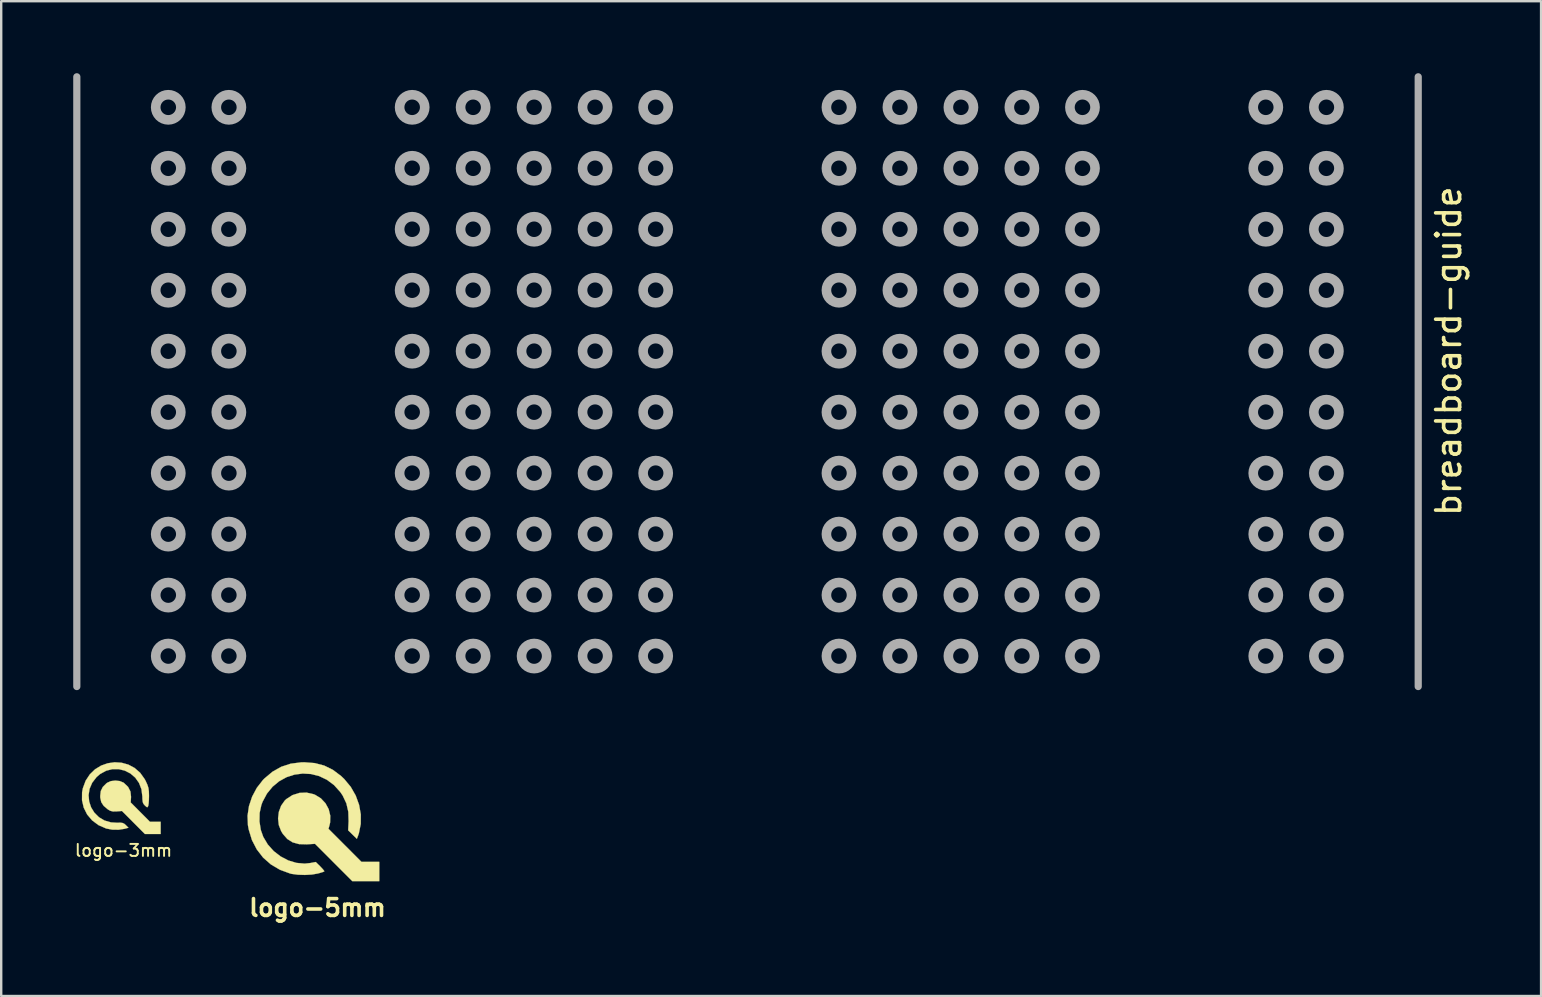
<source format=kicad_pcb>
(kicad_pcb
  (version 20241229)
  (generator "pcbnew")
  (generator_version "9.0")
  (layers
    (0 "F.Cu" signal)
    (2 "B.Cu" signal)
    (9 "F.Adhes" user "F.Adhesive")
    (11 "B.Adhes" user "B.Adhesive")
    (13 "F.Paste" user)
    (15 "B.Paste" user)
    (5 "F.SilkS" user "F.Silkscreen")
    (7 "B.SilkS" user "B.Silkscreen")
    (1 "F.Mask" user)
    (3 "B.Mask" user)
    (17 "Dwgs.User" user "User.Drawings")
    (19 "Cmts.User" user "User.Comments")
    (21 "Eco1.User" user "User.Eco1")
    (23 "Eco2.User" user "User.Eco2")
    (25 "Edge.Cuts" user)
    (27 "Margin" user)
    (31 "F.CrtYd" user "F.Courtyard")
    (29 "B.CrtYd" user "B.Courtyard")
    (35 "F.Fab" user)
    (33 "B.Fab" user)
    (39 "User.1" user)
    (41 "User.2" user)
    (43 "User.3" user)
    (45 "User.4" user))
  (footprint "logo-3mm"
    (layer "F.Cu")
    (at 1.713 30.118)
    (property "Reference" "logo-3mm" (at 0.381 2.261 0) (layer "F.SilkS") (effects (font (size 0.5 0.5) (thickness 0.08))))
    (attr through_hole)
    (fp_poly (pts (xy 0.229 -0.63) (xy 0.384 -0.565) (xy 0.393 -0.559) (xy 0.572 -0.388) (xy 0.672 -0.194) (xy 0.696 0.03) (xy 0.695 0.039) (xy 0.682 0.261) (xy 1.083 0.664) (xy 1.484 1.067) (xy 1.93 1.067) (xy 1.93 1.575) (xy 1.273 1.575) (xy 0.795 1.095) (xy 0.317 0.616) (xy 0.097 0.633) (xy -0.057 0.636) (xy -0.17 0.608) (xy -0.267 0.552) (xy -0.441 0.406) (xy -0.544 0.25) (xy -0.586 0.062) (xy -0.588 -0.013) (xy -0.564 -0.217) (xy -0.482 -0.383) (xy -0.332 -0.534) (xy -0.297 -0.56) (xy -0.147 -0.628) (xy 0.04 -0.651) (xy 0.229 -0.63)) (stroke (width 0.01) (type solid)) (fill yes) (layer "F.SilkS"))
    (fp_poly (pts (xy 0.302 -1.394) (xy 0.583 -1.316) (xy 0.844 -1.177) (xy 1.076 -0.975) (xy 1.266 -0.709) (xy 1.304 -0.637) (xy 1.378 -0.476) (xy 1.42 -0.343) (xy 1.439 -0.2) (xy 1.444 -0.014) (xy 1.44 0.157) (xy 1.429 0.303) (xy 1.414 0.396) (xy 1.411 0.406) (xy 1.384 0.456) (xy 1.348 0.453) (xy 1.279 0.394) (xy 1.273 0.388) (xy 1.215 0.322) (xy 1.183 0.244) (xy 1.17 0.126) (xy 1.167 0.012) (xy 1.13 -0.29) (xy 1.027 -0.553) (xy 0.87 -0.774) (xy 0.67 -0.946) (xy 0.437 -1.065) (xy 0.183 -1.127) (xy -0.08 -1.127) (xy -0.343 -1.061) (xy -0.593 -0.923) (xy -0.739 -0.798) (xy -0.922 -0.562) (xy -1.032 -0.306) (xy -1.073 -0.042) (xy -1.049 0.219) (xy -0.967 0.466) (xy -0.83 0.688) (xy -0.643 0.874) (xy -0.412 1.012) (xy -0.141 1.091) (xy 0.093 1.105) (xy 0.249 1.103) (xy 0.348 1.116) (xy 0.42 1.152) (xy 0.478 1.204) (xy 0.588 1.314) (xy 0.423 1.359) (xy 0.179 1.397) (xy -0.091 1.393) (xy -0.338 1.346) (xy -0.343 1.344) (xy -0.661 1.205) (xy -0.926 1.007) (xy -1.133 0.762) (xy -1.275 0.478) (xy -1.347 0.167) (xy -1.344 -0.162) (xy -1.311 -0.333) (xy -1.194 -0.648) (xy -1.02 -0.911) (xy -0.803 -1.121) (xy -0.551 -1.275) (xy -0.276 -1.372) (xy 0.012 -1.413) (xy 0.302 -1.394)) (stroke (width 0.01) (type solid)) (fill yes) (layer "F.SilkS")))
  (footprint "breadboard-guide"
    (layer "F.Cu")
    (at 3.96 1.42)
    (property "Reference" "breadboard-guide" (at 53.34 10.16 90) (layer "F.SilkS") (effects (font (size 1 1) (thickness 0.15))))
    (attr through_hole)
    (fp_line (start -3.81 24.13) (end -3.81 -1.27) (stroke (width 0.3) (type solid)) (layer "F.Fab"))
    (fp_line (start 52.07 24.13) (end 52.07 -1.27) (stroke (width 0.3) (type solid)) (layer "F.Fab"))
    (fp_circle (center 0 0) (end 0.524 0) (stroke (width 0.4) (type solid)) (fill no) (layer "F.Fab"))
    (fp_circle (center 0 2.54) (end 0.524 2.54) (stroke (width 0.4) (type solid)) (fill no) (layer "F.Fab"))
    (fp_circle (center 0 5.08) (end 0.524 5.08) (stroke (width 0.4) (type solid)) (fill no) (layer "F.Fab"))
    (fp_circle (center 0 7.62) (end 0.524 7.62) (stroke (width 0.4) (type solid)) (fill no) (layer "F.Fab"))
    (fp_circle (center 0 10.16) (end 0.524 10.16) (stroke (width 0.4) (type solid)) (fill no) (layer "F.Fab"))
    (fp_circle (center 0 12.7) (end 0.524 12.7) (stroke (width 0.4) (type solid)) (fill no) (layer "F.Fab"))
    (fp_circle (center 0 15.24) (end 0.524 15.24) (stroke (width 0.4) (type solid)) (fill no) (layer "F.Fab"))
    (fp_circle (center 0 17.78) (end 0.524 17.78) (stroke (width 0.4) (type solid)) (fill no) (layer "F.Fab"))
    (fp_circle (center 0 20.32) (end 0.524 20.32) (stroke (width 0.4) (type solid)) (fill no) (layer "F.Fab"))
    (fp_circle (center 0 22.86) (end 0.524 22.86) (stroke (width 0.4) (type solid)) (fill no) (layer "F.Fab"))
    (fp_circle (center 2.524 0) (end 3.048 0) (stroke (width 0.4) (type solid)) (fill no) (layer "F.Fab"))
    (fp_circle (center 2.524 2.54) (end 3.048 2.54) (stroke (width 0.4) (type solid)) (fill no) (layer "F.Fab"))
    (fp_circle (center 2.524 5.08) (end 3.048 5.08) (stroke (width 0.4) (type solid)) (fill no) (layer "F.Fab"))
    (fp_circle (center 2.524 7.62) (end 3.048 7.62) (stroke (width 0.4) (type solid)) (fill no) (layer "F.Fab"))
    (fp_circle (center 2.524 10.16) (end 3.048 10.16) (stroke (width 0.4) (type solid)) (fill no) (layer "F.Fab"))
    (fp_circle (center 2.524 12.7) (end 3.048 12.7) (stroke (width 0.4) (type solid)) (fill no) (layer "F.Fab"))
    (fp_circle (center 2.524 15.24) (end 3.048 15.24) (stroke (width 0.4) (type solid)) (fill no) (layer "F.Fab"))
    (fp_circle (center 2.524 17.78) (end 3.048 17.78) (stroke (width 0.4) (type solid)) (fill no) (layer "F.Fab"))
    (fp_circle (center 2.524 20.32) (end 3.048 20.32) (stroke (width 0.4) (type solid)) (fill no) (layer "F.Fab"))
    (fp_circle (center 2.524 22.86) (end 3.048 22.86) (stroke (width 0.4) (type solid)) (fill no) (layer "F.Fab"))
    (fp_circle (center 10.16 0) (end 10.684 0) (stroke (width 0.4) (type solid)) (fill no) (layer "F.Fab"))
    (fp_circle (center 10.16 2.54) (end 10.684 2.54) (stroke (width 0.4) (type solid)) (fill no) (layer "F.Fab"))
    (fp_circle (center 10.16 5.08) (end 10.684 5.08) (stroke (width 0.4) (type solid)) (fill no) (layer "F.Fab"))
    (fp_circle (center 10.16 7.62) (end 10.684 7.62) (stroke (width 0.4) (type solid)) (fill no) (layer "F.Fab"))
    (fp_circle (center 10.16 10.16) (end 10.684 10.16) (stroke (width 0.4) (type solid)) (fill no) (layer "F.Fab"))
    (fp_circle (center 10.16 12.7) (end 10.684 12.7) (stroke (width 0.4) (type solid)) (fill no) (layer "F.Fab"))
    (fp_circle (center 10.16 15.24) (end 10.684 15.24) (stroke (width 0.4) (type solid)) (fill no) (layer "F.Fab"))
    (fp_circle (center 10.16 17.78) (end 10.684 17.78) (stroke (width 0.4) (type solid)) (fill no) (layer "F.Fab"))
    (fp_circle (center 10.16 20.32) (end 10.684 20.32) (stroke (width 0.4) (type solid)) (fill no) (layer "F.Fab"))
    (fp_circle (center 10.16 22.86) (end 10.684 22.86) (stroke (width 0.4) (type solid)) (fill no) (layer "F.Fab"))
    (fp_circle (center 12.7 0) (end 13.224 0) (stroke (width 0.4) (type solid)) (fill no) (layer "F.Fab"))
    (fp_circle (center 12.7 2.54) (end 13.224 2.54) (stroke (width 0.4) (type solid)) (fill no) (layer "F.Fab"))
    (fp_circle (center 12.7 5.08) (end 13.224 5.08) (stroke (width 0.4) (type solid)) (fill no) (layer "F.Fab"))
    (fp_circle (center 12.7 7.62) (end 13.224 7.62) (stroke (width 0.4) (type solid)) (fill no) (layer "F.Fab"))
    (fp_circle (center 12.7 10.16) (end 13.224 10.16) (stroke (width 0.4) (type solid)) (fill no) (layer "F.Fab"))
    (fp_circle (center 12.7 12.7) (end 13.224 12.7) (stroke (width 0.4) (type solid)) (fill no) (layer "F.Fab"))
    (fp_circle (center 12.7 15.24) (end 13.224 15.24) (stroke (width 0.4) (type solid)) (fill no) (layer "F.Fab"))
    (fp_circle (center 12.7 17.78) (end 13.224 17.78) (stroke (width 0.4) (type solid)) (fill no) (layer "F.Fab"))
    (fp_circle (center 12.7 20.32) (end 13.224 20.32) (stroke (width 0.4) (type solid)) (fill no) (layer "F.Fab"))
    (fp_circle (center 12.7 22.86) (end 13.224 22.86) (stroke (width 0.4) (type solid)) (fill no) (layer "F.Fab"))
    (fp_circle (center 15.24 0) (end 15.764 0) (stroke (width 0.4) (type solid)) (fill no) (layer "F.Fab"))
    (fp_circle (center 15.24 2.54) (end 15.764 2.54) (stroke (width 0.4) (type solid)) (fill no) (layer "F.Fab"))
    (fp_circle (center 15.24 5.08) (end 15.764 5.08) (stroke (width 0.4) (type solid)) (fill no) (layer "F.Fab"))
    (fp_circle (center 15.24 7.62) (end 15.764 7.62) (stroke (width 0.4) (type solid)) (fill no) (layer "F.Fab"))
    (fp_circle (center 15.24 10.16) (end 15.764 10.16) (stroke (width 0.4) (type solid)) (fill no) (layer "F.Fab"))
    (fp_circle (center 15.24 12.7) (end 15.764 12.7) (stroke (width 0.4) (type solid)) (fill no) (layer "F.Fab"))
    (fp_circle (center 15.24 15.24) (end 15.764 15.24) (stroke (width 0.4) (type solid)) (fill no) (layer "F.Fab"))
    (fp_circle (center 15.24 17.78) (end 15.764 17.78) (stroke (width 0.4) (type solid)) (fill no) (layer "F.Fab"))
    (fp_circle (center 15.24 20.32) (end 15.764 20.32) (stroke (width 0.4) (type solid)) (fill no) (layer "F.Fab"))
    (fp_circle (center 15.24 22.86) (end 15.764 22.86) (stroke (width 0.4) (type solid)) (fill no) (layer "F.Fab"))
    (fp_circle (center 17.78 0) (end 18.304 0) (stroke (width 0.4) (type solid)) (fill no) (layer "F.Fab"))
    (fp_circle (center 17.78 2.54) (end 18.304 2.54) (stroke (width 0.4) (type solid)) (fill no) (layer "F.Fab"))
    (fp_circle (center 17.78 5.08) (end 18.304 5.08) (stroke (width 0.4) (type solid)) (fill no) (layer "F.Fab"))
    (fp_circle (center 17.78 7.62) (end 18.304 7.62) (stroke (width 0.4) (type solid)) (fill no) (layer "F.Fab"))
    (fp_circle (center 17.78 10.16) (end 18.304 10.16) (stroke (width 0.4) (type solid)) (fill no) (layer "F.Fab"))
    (fp_circle (center 17.78 12.7) (end 18.304 12.7) (stroke (width 0.4) (type solid)) (fill no) (layer "F.Fab"))
    (fp_circle (center 17.78 15.24) (end 18.304 15.24) (stroke (width 0.4) (type solid)) (fill no) (layer "F.Fab"))
    (fp_circle (center 17.78 17.78) (end 18.304 17.78) (stroke (width 0.4) (type solid)) (fill no) (layer "F.Fab"))
    (fp_circle (center 17.78 20.32) (end 18.304 20.32) (stroke (width 0.4) (type solid)) (fill no) (layer "F.Fab"))
    (fp_circle (center 17.78 22.86) (end 18.304 22.86) (stroke (width 0.4) (type solid)) (fill no) (layer "F.Fab"))
    (fp_circle (center 20.304 0) (end 20.828 0) (stroke (width 0.4) (type solid)) (fill no) (layer "F.Fab"))
    (fp_circle (center 20.304 2.54) (end 20.828 2.54) (stroke (width 0.4) (type solid)) (fill no) (layer "F.Fab"))
    (fp_circle (center 20.304 5.08) (end 20.828 5.08) (stroke (width 0.4) (type solid)) (fill no) (layer "F.Fab"))
    (fp_circle (center 20.304 7.62) (end 20.828 7.62) (stroke (width 0.4) (type solid)) (fill no) (layer "F.Fab"))
    (fp_circle (center 20.304 10.16) (end 20.828 10.16) (stroke (width 0.4) (type solid)) (fill no) (layer "F.Fab"))
    (fp_circle (center 20.304 12.7) (end 20.828 12.7) (stroke (width 0.4) (type solid)) (fill no) (layer "F.Fab"))
    (fp_circle (center 20.304 15.24) (end 20.828 15.24) (stroke (width 0.4) (type solid)) (fill no) (layer "F.Fab"))
    (fp_circle (center 20.304 17.78) (end 20.828 17.78) (stroke (width 0.4) (type solid)) (fill no) (layer "F.Fab"))
    (fp_circle (center 20.304 20.32) (end 20.828 20.32) (stroke (width 0.4) (type solid)) (fill no) (layer "F.Fab"))
    (fp_circle (center 20.304 22.86) (end 20.828 22.86) (stroke (width 0.4) (type solid)) (fill no) (layer "F.Fab"))
    (fp_circle (center 27.94 0) (end 28.464 0) (stroke (width 0.4) (type solid)) (fill no) (layer "F.Fab"))
    (fp_circle (center 27.94 2.54) (end 28.464 2.54) (stroke (width 0.4) (type solid)) (fill no) (layer "F.Fab"))
    (fp_circle (center 27.94 5.08) (end 28.464 5.08) (stroke (width 0.4) (type solid)) (fill no) (layer "F.Fab"))
    (fp_circle (center 27.94 7.62) (end 28.464 7.62) (stroke (width 0.4) (type solid)) (fill no) (layer "F.Fab"))
    (fp_circle (center 27.94 10.16) (end 28.464 10.16) (stroke (width 0.4) (type solid)) (fill no) (layer "F.Fab"))
    (fp_circle (center 27.94 12.7) (end 28.464 12.7) (stroke (width 0.4) (type solid)) (fill no) (layer "F.Fab"))
    (fp_circle (center 27.94 15.24) (end 28.464 15.24) (stroke (width 0.4) (type solid)) (fill no) (layer "F.Fab"))
    (fp_circle (center 27.94 17.78) (end 28.464 17.78) (stroke (width 0.4) (type solid)) (fill no) (layer "F.Fab"))
    (fp_circle (center 27.94 20.32) (end 28.464 20.32) (stroke (width 0.4) (type solid)) (fill no) (layer "F.Fab"))
    (fp_circle (center 27.94 22.86) (end 28.464 22.86) (stroke (width 0.4) (type solid)) (fill no) (layer "F.Fab"))
    (fp_circle (center 30.48 0) (end 31.004 0) (stroke (width 0.4) (type solid)) (fill no) (layer "F.Fab"))
    (fp_circle (center 30.48 2.54) (end 31.004 2.54) (stroke (width 0.4) (type solid)) (fill no) (layer "F.Fab"))
    (fp_circle (center 30.48 5.08) (end 31.004 5.08) (stroke (width 0.4) (type solid)) (fill no) (layer "F.Fab"))
    (fp_circle (center 30.48 7.62) (end 31.004 7.62) (stroke (width 0.4) (type solid)) (fill no) (layer "F.Fab"))
    (fp_circle (center 30.48 10.16) (end 31.004 10.16) (stroke (width 0.4) (type solid)) (fill no) (layer "F.Fab"))
    (fp_circle (center 30.48 12.7) (end 31.004 12.7) (stroke (width 0.4) (type solid)) (fill no) (layer "F.Fab"))
    (fp_circle (center 30.48 15.24) (end 31.004 15.24) (stroke (width 0.4) (type solid)) (fill no) (layer "F.Fab"))
    (fp_circle (center 30.48 17.78) (end 31.004 17.78) (stroke (width 0.4) (type solid)) (fill no) (layer "F.Fab"))
    (fp_circle (center 30.48 20.32) (end 31.004 20.32) (stroke (width 0.4) (type solid)) (fill no) (layer "F.Fab"))
    (fp_circle (center 30.48 22.86) (end 31.004 22.86) (stroke (width 0.4) (type solid)) (fill no) (layer "F.Fab"))
    (fp_circle (center 33.02 0) (end 33.544 0) (stroke (width 0.4) (type solid)) (fill no) (layer "F.Fab"))
    (fp_circle (center 33.02 2.54) (end 33.544 2.54) (stroke (width 0.4) (type solid)) (fill no) (layer "F.Fab"))
    (fp_circle (center 33.02 5.08) (end 33.544 5.08) (stroke (width 0.4) (type solid)) (fill no) (layer "F.Fab"))
    (fp_circle (center 33.02 7.62) (end 33.544 7.62) (stroke (width 0.4) (type solid)) (fill no) (layer "F.Fab"))
    (fp_circle (center 33.02 10.16) (end 33.544 10.16) (stroke (width 0.4) (type solid)) (fill no) (layer "F.Fab"))
    (fp_circle (center 33.02 12.7) (end 33.544 12.7) (stroke (width 0.4) (type solid)) (fill no) (layer "F.Fab"))
    (fp_circle (center 33.02 15.24) (end 33.544 15.24) (stroke (width 0.4) (type solid)) (fill no) (layer "F.Fab"))
    (fp_circle (center 33.02 17.78) (end 33.544 17.78) (stroke (width 0.4) (type solid)) (fill no) (layer "F.Fab"))
    (fp_circle (center 33.02 20.32) (end 33.544 20.32) (stroke (width 0.4) (type solid)) (fill no) (layer "F.Fab"))
    (fp_circle (center 33.02 22.86) (end 33.544 22.86) (stroke (width 0.4) (type solid)) (fill no) (layer "F.Fab"))
    (fp_circle (center 35.56 0) (end 36.084 0) (stroke (width 0.4) (type solid)) (fill no) (layer "F.Fab"))
    (fp_circle (center 35.56 2.54) (end 36.084 2.54) (stroke (width 0.4) (type solid)) (fill no) (layer "F.Fab"))
    (fp_circle (center 35.56 5.08) (end 36.084 5.08) (stroke (width 0.4) (type solid)) (fill no) (layer "F.Fab"))
    (fp_circle (center 35.56 7.62) (end 36.084 7.62) (stroke (width 0.4) (type solid)) (fill no) (layer "F.Fab"))
    (fp_circle (center 35.56 10.16) (end 36.084 10.16) (stroke (width 0.4) (type solid)) (fill no) (layer "F.Fab"))
    (fp_circle (center 35.56 12.7) (end 36.084 12.7) (stroke (width 0.4) (type solid)) (fill no) (layer "F.Fab"))
    (fp_circle (center 35.56 15.24) (end 36.084 15.24) (stroke (width 0.4) (type solid)) (fill no) (layer "F.Fab"))
    (fp_circle (center 35.56 17.78) (end 36.084 17.78) (stroke (width 0.4) (type solid)) (fill no) (layer "F.Fab"))
    (fp_circle (center 35.56 20.32) (end 36.084 20.32) (stroke (width 0.4) (type solid)) (fill no) (layer "F.Fab"))
    (fp_circle (center 35.56 22.86) (end 36.084 22.86) (stroke (width 0.4) (type solid)) (fill no) (layer "F.Fab"))
    (fp_circle (center 38.084 0) (end 38.608 0) (stroke (width 0.4) (type solid)) (fill no) (layer "F.Fab"))
    (fp_circle (center 38.084 2.54) (end 38.608 2.54) (stroke (width 0.4) (type solid)) (fill no) (layer "F.Fab"))
    (fp_circle (center 38.084 5.08) (end 38.608 5.08) (stroke (width 0.4) (type solid)) (fill no) (layer "F.Fab"))
    (fp_circle (center 38.084 7.62) (end 38.608 7.62) (stroke (width 0.4) (type solid)) (fill no) (layer "F.Fab"))
    (fp_circle (center 38.084 10.16) (end 38.608 10.16) (stroke (width 0.4) (type solid)) (fill no) (layer "F.Fab"))
    (fp_circle (center 38.084 12.7) (end 38.608 12.7) (stroke (width 0.4) (type solid)) (fill no) (layer "F.Fab"))
    (fp_circle (center 38.084 15.24) (end 38.608 15.24) (stroke (width 0.4) (type solid)) (fill no) (layer "F.Fab"))
    (fp_circle (center 38.084 17.78) (end 38.608 17.78) (stroke (width 0.4) (type solid)) (fill no) (layer "F.Fab"))
    (fp_circle (center 38.084 20.32) (end 38.608 20.32) (stroke (width 0.4) (type solid)) (fill no) (layer "F.Fab"))
    (fp_circle (center 38.084 22.86) (end 38.608 22.86) (stroke (width 0.4) (type solid)) (fill no) (layer "F.Fab"))
    (fp_circle (center 45.72 0) (end 46.244 0) (stroke (width 0.4) (type solid)) (fill no) (layer "F.Fab"))
    (fp_circle (center 45.72 2.54) (end 46.244 2.54) (stroke (width 0.4) (type solid)) (fill no) (layer "F.Fab"))
    (fp_circle (center 45.72 5.08) (end 46.244 5.08) (stroke (width 0.4) (type solid)) (fill no) (layer "F.Fab"))
    (fp_circle (center 45.72 7.62) (end 46.244 7.62) (stroke (width 0.4) (type solid)) (fill no) (layer "F.Fab"))
    (fp_circle (center 45.72 10.16) (end 46.244 10.16) (stroke (width 0.4) (type solid)) (fill no) (layer "F.Fab"))
    (fp_circle (center 45.72 12.7) (end 46.244 12.7) (stroke (width 0.4) (type solid)) (fill no) (layer "F.Fab"))
    (fp_circle (center 45.72 15.24) (end 46.244 15.24) (stroke (width 0.4) (type solid)) (fill no) (layer "F.Fab"))
    (fp_circle (center 45.72 17.78) (end 46.244 17.78) (stroke (width 0.4) (type solid)) (fill no) (layer "F.Fab"))
    (fp_circle (center 45.72 20.32) (end 46.244 20.32) (stroke (width 0.4) (type solid)) (fill no) (layer "F.Fab"))
    (fp_circle (center 45.72 22.86) (end 46.244 22.86) (stroke (width 0.4) (type solid)) (fill no) (layer "F.Fab"))
    (fp_circle (center 48.244 0) (end 48.768 0) (stroke (width 0.4) (type solid)) (fill no) (layer "F.Fab"))
    (fp_circle (center 48.244 2.54) (end 48.768 2.54) (stroke (width 0.4) (type solid)) (fill no) (layer "F.Fab"))
    (fp_circle (center 48.244 5.08) (end 48.768 5.08) (stroke (width 0.4) (type solid)) (fill no) (layer "F.Fab"))
    (fp_circle (center 48.244 7.62) (end 48.768 7.62) (stroke (width 0.4) (type solid)) (fill no) (layer "F.Fab"))
    (fp_circle (center 48.244 10.16) (end 48.768 10.16) (stroke (width 0.4) (type solid)) (fill no) (layer "F.Fab"))
    (fp_circle (center 48.244 12.7) (end 48.768 12.7) (stroke (width 0.4) (type solid)) (fill no) (layer "F.Fab"))
    (fp_circle (center 48.244 15.24) (end 48.768 15.24) (stroke (width 0.4) (type solid)) (fill no) (layer "F.Fab"))
    (fp_circle (center 48.244 17.78) (end 48.768 17.78) (stroke (width 0.4) (type solid)) (fill no) (layer "F.Fab"))
    (fp_circle (center 48.244 20.32) (end 48.768 20.32) (stroke (width 0.4) (type solid)) (fill no) (layer "F.Fab"))
    (fp_circle (center 48.244 22.86) (end 48.768 22.86) (stroke (width 0.4) (type solid)) (fill no) (layer "F.Fab")))
  (footprint "logo-5mm"
    (layer "F.Cu")
    (at 9.643 31.084)
    (property "Reference" "logo-5mm" (at 0.533 3.683 0) (layer "F.SilkS") (effects (font (size 0.7 0.7) (thickness 0.15))))
    (attr through_hole)
    (fp_poly (pts (xy 0.373 -1.048) (xy 0.432 -1.025) (xy 0.675 -0.876) (xy 0.867 -0.67) (xy 1 -0.424) (xy 1.066 -0.151) (xy 1.059 0.131) (xy 1.033 0.245) (xy 0.991 0.393) (xy 1.678 1.081) (xy 2.365 1.77) (xy 3.107 1.77) (xy 3.107 2.574) (xy 1.985 2.574) (xy 1.207 1.796) (xy 0.43 1.018) (xy 0.086 1.039) (xy -0.234 1.03) (xy -0.502 0.957) (xy -0.725 0.817) (xy -0.91 0.606) (xy -0.981 0.489) (xy -1.079 0.235) (xy -1.109 -0.039) (xy -1.077 -0.313) (xy -0.983 -0.568) (xy -0.833 -0.782) (xy -0.767 -0.845) (xy -0.508 -1.012) (xy -0.222 -1.103) (xy 0.076 -1.116) (xy 0.373 -1.048)) (stroke (width 0.01) (type solid)) (fill yes) (layer "F.SilkS"))
    (fp_poly (pts (xy 0.419 -2.345) (xy 0.813 -2.242) (xy 1.176 -2.063) (xy 1.516 -1.807) (xy 1.647 -1.682) (xy 1.918 -1.356) (xy 2.125 -0.994) (xy 2.266 -0.607) (xy 2.337 -0.208) (xy 2.335 0.191) (xy 2.258 0.577) (xy 2.22 0.687) (xy 2.173 0.81) (xy 1.992 0.633) (xy 1.811 0.456) (xy 1.829 0.078) (xy 1.817 -0.315) (xy 1.736 -0.667) (xy 1.584 -0.989) (xy 1.485 -1.136) (xy 1.223 -1.428) (xy 0.925 -1.65) (xy 0.602 -1.804) (xy 0.263 -1.89) (xy -0.082 -1.91) (xy -0.424 -1.865) (xy -0.754 -1.759) (xy -1.061 -1.591) (xy -1.336 -1.363) (xy -1.57 -1.078) (xy -1.753 -0.736) (xy -1.805 -0.599) (xy -1.877 -0.269) (xy -1.884 0.086) (xy -1.829 0.438) (xy -1.726 0.729) (xy -1.537 1.046) (xy -1.292 1.32) (xy -1.003 1.543) (xy -0.684 1.71) (xy -0.346 1.812) (xy -0.003 1.843) (xy 0.229 1.819) (xy 0.461 1.775) (xy 0.65 1.961) (xy 0.744 2.061) (xy 0.805 2.136) (xy 0.817 2.168) (xy 0.768 2.189) (xy 0.662 2.223) (xy 0.546 2.255) (xy 0.298 2.298) (xy 0.009 2.314) (xy -0.284 2.305) (xy -0.544 2.27) (xy -0.609 2.254) (xy -1.033 2.098) (xy -1.409 1.876) (xy -1.732 1.592) (xy -1.996 1.251) (xy -2.198 0.861) (xy -2.331 0.426) (xy -2.365 0.242) (xy -2.381 -0.153) (xy -2.321 -0.555) (xy -2.19 -0.947) (xy -1.994 -1.315) (xy -1.739 -1.642) (xy -1.68 -1.702) (xy -1.34 -1.987) (xy -0.977 -2.192) (xy -0.582 -2.321) (xy -0.149 -2.376) (xy -0.018 -2.379) (xy 0.419 -2.345)) (stroke (width 0.01) (type solid)) (fill yes) (layer "F.SilkS")))
  (gr_rect
    (start -3 -3)
    (end 61.148 38.44)
    (stroke (width 0.1) (type default))
    (fill no)
    (layer "Edge.Cuts")))
</source>
